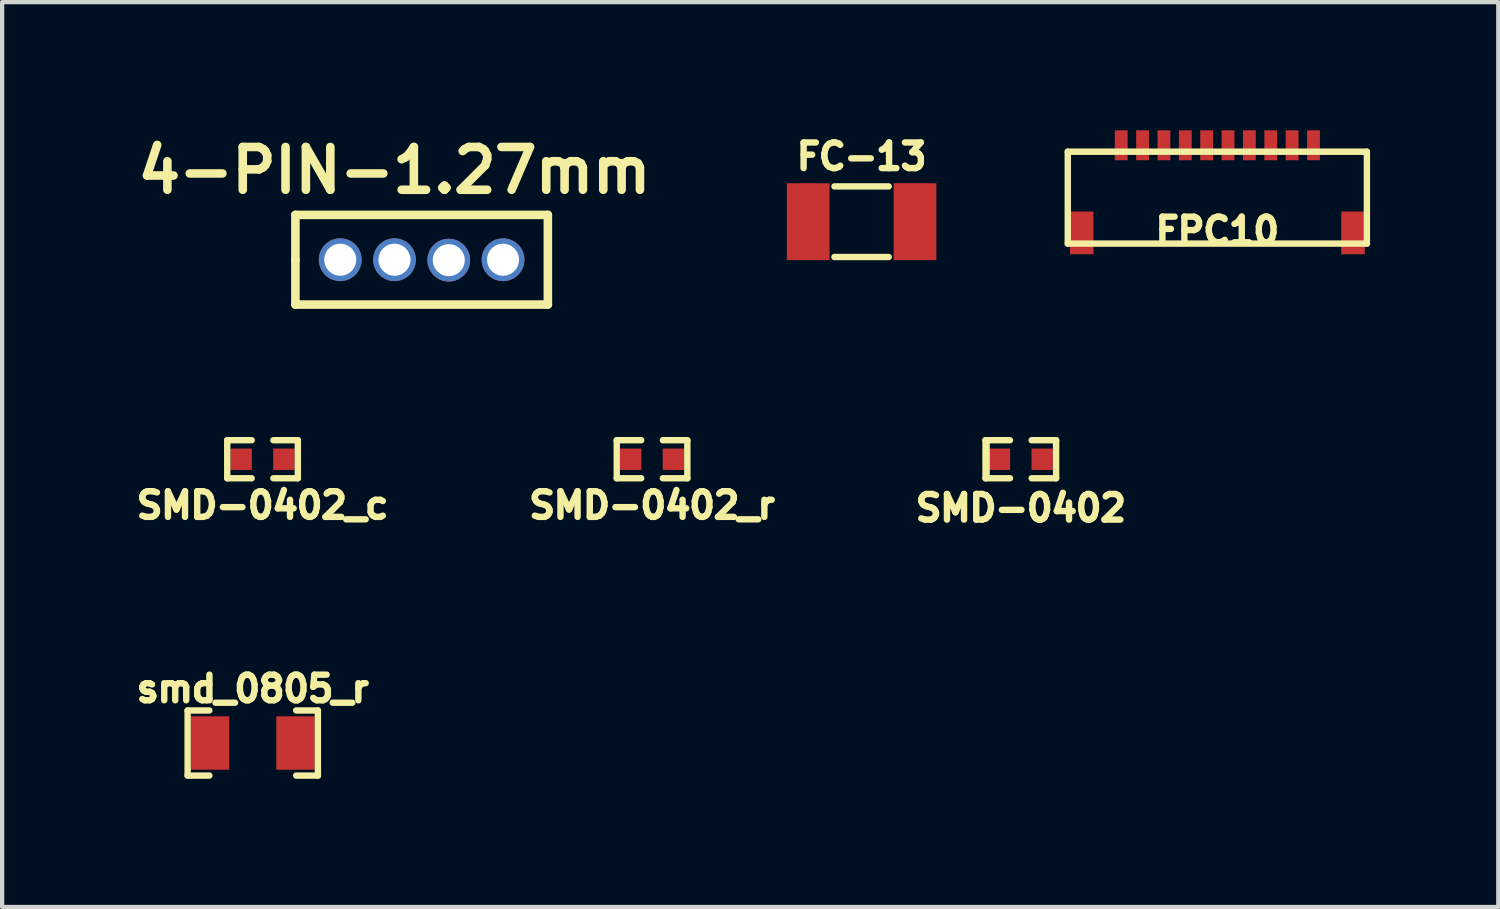
<source format=kicad_pcb>
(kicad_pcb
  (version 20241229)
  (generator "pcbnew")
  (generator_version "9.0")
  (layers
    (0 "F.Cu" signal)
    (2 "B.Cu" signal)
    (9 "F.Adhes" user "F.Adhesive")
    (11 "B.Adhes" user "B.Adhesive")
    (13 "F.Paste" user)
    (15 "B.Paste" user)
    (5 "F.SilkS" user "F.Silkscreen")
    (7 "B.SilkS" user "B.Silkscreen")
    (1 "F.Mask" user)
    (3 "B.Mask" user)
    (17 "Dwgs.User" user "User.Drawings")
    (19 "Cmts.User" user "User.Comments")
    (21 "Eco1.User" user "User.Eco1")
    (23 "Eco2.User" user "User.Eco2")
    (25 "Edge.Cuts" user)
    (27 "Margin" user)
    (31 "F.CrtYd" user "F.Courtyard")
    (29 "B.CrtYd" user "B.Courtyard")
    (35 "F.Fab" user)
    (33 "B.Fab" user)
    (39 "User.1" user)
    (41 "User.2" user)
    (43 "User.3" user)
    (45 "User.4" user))
  (footprint "SMD-0402_c"
    (layer "F.Cu")
    (at 3.094 7.697)
    (property "Reference" "SMD-0402_c" (at 0 1.079 0) (layer "F.SilkS") (effects (font (size 0.6 0.6) (thickness 0.15))))
    (attr smd)
    (fp_line (start -0.826 -0.445) (end -0.826 0.445) (stroke (width 0.15) (type solid)) (layer "F.SilkS"))
    (fp_line (start -0.826 0.445) (end -0.254 0.445) (stroke (width 0.15) (type solid)) (layer "F.SilkS"))
    (fp_line (start -0.254 -0.445) (end -0.826 -0.445) (stroke (width 0.15) (type solid)) (layer "F.SilkS"))
    (fp_line (start 0.254 0.445) (end 0.826 0.445) (stroke (width 0.15) (type solid)) (layer "F.SilkS"))
    (fp_line (start 0.826 -0.445) (end 0.254 -0.445) (stroke (width 0.15) (type solid)) (layer "F.SilkS"))
    (fp_line (start 0.826 0.445) (end 0.826 -0.445) (stroke (width 0.15) (type solid)) (layer "F.SilkS"))
    (pad "1" smd rect (at -0.5 0) (size 0.5 0.5) (layers "F.Cu" "F.Mask" "F.Paste"))
    (pad "2" smd rect (at 0.5 0) (size 0.5 0.5) (layers "F.Cu" "F.Mask" "F.Paste")))
  (footprint "SMD-0402_r"
    (layer "F.Cu")
    (at 12.209 7.697)
    (property "Reference" "SMD-0402_r" (at 0 1.079 0) (layer "F.SilkS") (effects (font (size 0.6 0.6) (thickness 0.15))))
    (attr smd)
    (fp_line (start -0.826 -0.445) (end -0.254 -0.445) (stroke (width 0.15) (type solid)) (layer "F.SilkS"))
    (fp_line (start -0.826 0.445) (end -0.826 -0.445) (stroke (width 0.15) (type solid)) (layer "F.SilkS"))
    (fp_line (start -0.254 0.445) (end -0.826 0.445) (stroke (width 0.15) (type solid)) (layer "F.SilkS"))
    (fp_line (start 0.254 -0.445) (end 0.826 -0.445) (stroke (width 0.15) (type solid)) (layer "F.SilkS"))
    (fp_line (start 0.826 -0.445) (end 0.826 0.445) (stroke (width 0.15) (type solid)) (layer "F.SilkS"))
    (fp_line (start 0.826 0.445) (end 0.254 0.445) (stroke (width 0.15) (type solid)) (layer "F.SilkS"))
    (pad "1" smd rect (at -0.5 0) (size 0.5 0.5) (layers "F.Cu" "F.Mask" "F.Paste"))
    (pad "2" smd rect (at 0.5 0) (size 0.5 0.5) (layers "F.Cu" "F.Mask" "F.Paste")))
  (footprint "FPC10"
    (layer "F.Cu")
    (at 25.438 0.35)
    (property "Reference" "FPC10" (at 0 2 0) (layer "F.SilkS") (effects (font (size 0.6 0.6) (thickness 0.15))))
    (attr through_hole)
    (fp_line (start -3.5 0.15) (end -3.5 2.3) (stroke (width 0.15) (type solid)) (layer "F.SilkS"))
    (fp_line (start -3.5 0.15) (end 3.5 0.15) (stroke (width 0.15) (type solid)) (layer "F.SilkS"))
    (fp_line (start -3.5 2.3) (end 3.5 2.3) (stroke (width 0.15) (type solid)) (layer "F.SilkS"))
    (fp_line (start 3.5 0.15) (end 3.5 2.3) (stroke (width 0.15) (type solid)) (layer "F.SilkS"))
    (pad "" smd rect (at -3.175 2.05) (size 0.55 1) (layers "F.Cu" "F.Mask" "F.Paste"))
    (pad "1" smd rect (at -2.25 0) (size 0.3 0.7) (layers "F.Cu" "F.Mask" "F.Paste"))
    (pad "1" smd rect (at 3.175 2.05) (size 0.55 1) (layers "F.Cu" "F.Mask" "F.Paste"))
    (pad "2" smd rect (at -1.75 0) (size 0.3 0.7) (layers "F.Cu" "F.Mask" "F.Paste"))
    (pad "3" smd rect (at -1.25 0) (size 0.3 0.7) (layers "F.Cu" "F.Mask" "F.Paste"))
    (pad "4" smd rect (at -0.75 0) (size 0.3 0.7) (layers "F.Cu" "F.Mask" "F.Paste"))
    (pad "5" smd rect (at -0.25 0) (size 0.3 0.7) (layers "F.Cu" "F.Mask" "F.Paste"))
    (pad "6" smd rect (at 0.25 0) (size 0.3 0.7) (layers "F.Cu" "F.Mask" "F.Paste"))
    (pad "7" smd rect (at 0.75 0) (size 0.3 0.7) (layers "F.Cu" "F.Mask" "F.Paste"))
    (pad "8" smd rect (at 1.25 0) (size 0.3 0.7) (layers "F.Cu" "F.Mask" "F.Paste"))
    (pad "9" smd rect (at 1.75 0) (size 0.3 0.7) (layers "F.Cu" "F.Mask" "F.Paste"))
    (pad "10" smd rect (at 2.25 0) (size 0.3 0.7) (layers "F.Cu" "F.Mask" "F.Paste")))
  (footprint "FC-13"
    (layer "F.Cu")
    (at 17.113 2.138)
    (property "Reference" "FC-13" (at 0 -1.524 0) (layer "F.SilkS") (effects (font (size 0.6 0.6) (thickness 0.15))))
    (attr through_hole)
    (fp_line (start -0.635 -0.826) (end 0.635 -0.826) (stroke (width 0.15) (type solid)) (layer "F.SilkS"))
    (fp_line (start 0.635 0.826) (end -0.635 0.826) (stroke (width 0.15) (type solid)) (layer "F.SilkS"))
    (pad "1" smd rect (at -1.25 0) (size 1 1.8) (layers "F.Cu" "F.Mask" "F.Paste"))
    (pad "2" smd rect (at 1.25 0) (size 1 1.8) (layers "F.Cu" "F.Mask" "F.Paste")))
  (footprint "smd_0805_r"
    (layer "F.Cu")
    (at 2.865 14.338)
    (property "Reference" "smd_0805_r" (at 0 -1.27 0) (layer "F.SilkS") (effects (font (size 0.6 0.6) (thickness 0.15))))
    (attr smd)
    (fp_line (start -1.524 -0.762) (end -1.524 0.762) (stroke (width 0.15) (type solid)) (layer "F.SilkS"))
    (fp_line (start -1.524 0.762) (end -1.016 0.762) (stroke (width 0.15) (type solid)) (layer "F.SilkS"))
    (fp_line (start -1.016 -0.762) (end -1.524 -0.762) (stroke (width 0.15) (type solid)) (layer "F.SilkS"))
    (fp_line (start 1.016 -0.762) (end 1.524 -0.762) (stroke (width 0.15) (type solid)) (layer "F.SilkS"))
    (fp_line (start 1.524 -0.762) (end 1.524 0.762) (stroke (width 0.15) (type solid)) (layer "F.SilkS"))
    (fp_line (start 1.524 0.762) (end 1.016 0.762) (stroke (width 0.15) (type solid)) (layer "F.SilkS"))
    (pad "1" smd rect (at -1 0) (size 0.9 1.25) (layers "F.Cu" "F.Mask" "F.Paste"))
    (pad "2" smd rect (at 1 0) (size 0.9 1.25) (layers "F.Cu" "F.Mask" "F.Paste")))
  (footprint "4-PIN-1.27mm"
    (layer "F.Cu")
    (at 6.182 3.028)
    (property "Reference" "4-PIN-1.27mm" (at 0 -2.09 0) (layer "F.SilkS") (effects (font (size 1.001 1.001) (thickness 0.201))))
    (attr through_hole)
    (fp_line (start -2.319 -1.049) (end 3.589 -1.049) (stroke (width 0.201) (type solid)) (layer "F.SilkS"))
    (fp_line (start -2.319 0) (end -2.319 -1.049) (stroke (width 0.201) (type solid)) (layer "F.SilkS"))
    (fp_line (start -2.319 1.049) (end -2.319 0) (stroke (width 0.201) (type solid)) (layer "F.SilkS"))
    (fp_line (start 3.589 -1.049) (end 3.589 1.049) (stroke (width 0.201) (type solid)) (layer "F.SilkS"))
    (fp_line (start 3.589 1.049) (end -2.319 1.049) (stroke (width 0.201) (type solid)) (layer "F.SilkS"))
    (pad "1" thru_hole circle (at -1.27 0) (size 1.001 1.001) (drill 0.749) (layers "*.Cu" "*.Mask"))
    (pad "2" thru_hole circle (at 0 0) (size 1.001 1.001) (drill 0.749) (layers "*.Cu" "*.Mask"))
    (pad "3" thru_hole circle (at 1.27 0.01) (size 1.001 1.001) (drill 0.749) (layers "*.Cu" "*.Mask"))
    (pad "4" thru_hole circle (at 2.54 0) (size 1.001 1.001) (drill 0.749) (layers "*.Cu" "*.Mask")))
  (footprint "SMD-0402"
    (layer "F.Cu")
    (at 20.839 7.697)
    (property "Reference" "SMD-0402" (at 0 1.143 0) (layer "F.SilkS") (effects (font (size 0.6 0.6) (thickness 0.15))))
    (attr smd)
    (fp_line (start -0.826 -0.445) (end -0.254 -0.445) (stroke (width 0.15) (type solid)) (layer "F.SilkS"))
    (fp_line (start -0.826 0.445) (end -0.826 -0.445) (stroke (width 0.15) (type solid)) (layer "F.SilkS"))
    (fp_line (start -0.762 -0.381) (end -0.762 0.381) (stroke (width 0.071) (type solid)) (layer "F.SilkS"))
    (fp_line (start -0.254 0.445) (end -0.826 0.445) (stroke (width 0.15) (type solid)) (layer "F.SilkS"))
    (fp_line (start 0.254 -0.445) (end 0.826 -0.445) (stroke (width 0.15) (type solid)) (layer "F.SilkS"))
    (fp_line (start 0.826 -0.445) (end 0.826 0.445) (stroke (width 0.15) (type solid)) (layer "F.SilkS"))
    (fp_line (start 0.826 0.445) (end 0.254 0.445) (stroke (width 0.15) (type solid)) (layer "F.SilkS"))
    (pad "1" smd rect (at -0.5 0) (size 0.5 0.5) (layers "F.Cu" "F.Mask" "F.Paste"))
    (pad "2" smd rect (at 0.5 0) (size 0.5 0.5) (layers "F.Cu" "F.Mask" "F.Paste")))
  (gr_rect
    (start -3 -3)
    (end 32.013 18.175)
    (stroke (width 0.1) (type default))
    (fill no)
    (layer "Edge.Cuts")))
</source>
